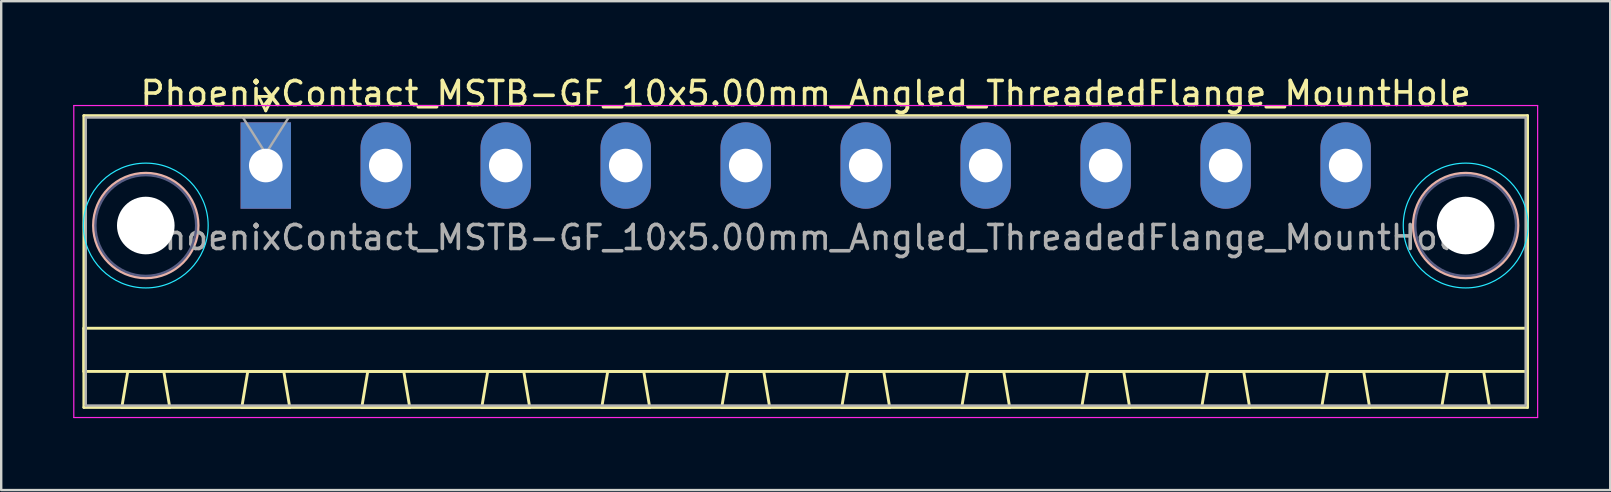
<source format=kicad_pcb>
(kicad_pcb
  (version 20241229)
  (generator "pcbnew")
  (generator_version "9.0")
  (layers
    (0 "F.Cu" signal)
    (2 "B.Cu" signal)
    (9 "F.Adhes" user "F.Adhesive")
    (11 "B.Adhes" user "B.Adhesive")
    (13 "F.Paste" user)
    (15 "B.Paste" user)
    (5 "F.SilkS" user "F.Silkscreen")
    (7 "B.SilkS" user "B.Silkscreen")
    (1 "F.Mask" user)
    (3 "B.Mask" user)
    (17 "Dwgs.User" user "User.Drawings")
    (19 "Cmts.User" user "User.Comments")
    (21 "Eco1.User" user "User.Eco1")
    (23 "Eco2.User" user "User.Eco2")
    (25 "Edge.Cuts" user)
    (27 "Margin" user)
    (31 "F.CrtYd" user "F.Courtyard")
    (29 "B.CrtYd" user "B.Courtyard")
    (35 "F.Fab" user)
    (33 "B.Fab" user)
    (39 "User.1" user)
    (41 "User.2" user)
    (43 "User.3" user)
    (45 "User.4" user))
  (footprint "PhoenixContact_MSTB-GF_10x5.00mm_Angled_ThreadedFlange_MountHole"
    (layer "F.Cu")
    (at 8.025 3.848)
    (property "Reference" "PhoenixContact_MSTB-GF_10x5.00mm_Angled_ThreadedFlange_MountHole" (at 22.5 -3 0) (layer "F.SilkS") (effects (font (size 1 1) (thickness 0.15))))
    (attr through_hole)
    (fp_line (start -7.58 -2.08) (end -7.58 10.08) (stroke (width 0.12) (type solid)) (layer "F.SilkS"))
    (fp_line (start -7.58 6.78) (end 52.58 6.78) (stroke (width 0.12) (type solid)) (layer "F.SilkS"))
    (fp_line (start -7.58 8.58) (end -7.58 6.78) (stroke (width 0.12) (type solid)) (layer "F.SilkS"))
    (fp_line (start -7.58 10.08) (end 52.58 10.08) (stroke (width 0.12) (type solid)) (layer "F.SilkS"))
    (fp_line (start -6 10.08) (end -4 10.08) (stroke (width 0.12) (type solid)) (layer "F.SilkS"))
    (fp_line (start -5.75 8.58) (end -6 10.08) (stroke (width 0.12) (type solid)) (layer "F.SilkS"))
    (fp_line (start -4.25 8.58) (end -5.75 8.58) (stroke (width 0.12) (type solid)) (layer "F.SilkS"))
    (fp_line (start -4 10.08) (end -4.25 8.58) (stroke (width 0.12) (type solid)) (layer "F.SilkS"))
    (fp_line (start -1 10.08) (end 1 10.08) (stroke (width 0.12) (type solid)) (layer "F.SilkS"))
    (fp_line (start -0.75 8.58) (end -1 10.08) (stroke (width 0.12) (type solid)) (layer "F.SilkS"))
    (fp_line (start -0.3 -2.88) (end 0.3 -2.88) (stroke (width 0.12) (type solid)) (layer "F.SilkS"))
    (fp_line (start 0 -2.28) (end -0.3 -2.88) (stroke (width 0.12) (type solid)) (layer "F.SilkS"))
    (fp_line (start 0.3 -2.88) (end 0 -2.28) (stroke (width 0.12) (type solid)) (layer "F.SilkS"))
    (fp_line (start 0.75 8.58) (end -0.75 8.58) (stroke (width 0.12) (type solid)) (layer "F.SilkS"))
    (fp_line (start 1 10.08) (end 0.75 8.58) (stroke (width 0.12) (type solid)) (layer "F.SilkS"))
    (fp_line (start 4 10.08) (end 6 10.08) (stroke (width 0.12) (type solid)) (layer "F.SilkS"))
    (fp_line (start 4.25 8.58) (end 4 10.08) (stroke (width 0.12) (type solid)) (layer "F.SilkS"))
    (fp_line (start 5.75 8.58) (end 4.25 8.58) (stroke (width 0.12) (type solid)) (layer "F.SilkS"))
    (fp_line (start 6 10.08) (end 5.75 8.58) (stroke (width 0.12) (type solid)) (layer "F.SilkS"))
    (fp_line (start 9 10.08) (end 11 10.08) (stroke (width 0.12) (type solid)) (layer "F.SilkS"))
    (fp_line (start 9.25 8.58) (end 9 10.08) (stroke (width 0.12) (type solid)) (layer "F.SilkS"))
    (fp_line (start 10.75 8.58) (end 9.25 8.58) (stroke (width 0.12) (type solid)) (layer "F.SilkS"))
    (fp_line (start 11 10.08) (end 10.75 8.58) (stroke (width 0.12) (type solid)) (layer "F.SilkS"))
    (fp_line (start 14 10.08) (end 16 10.08) (stroke (width 0.12) (type solid)) (layer "F.SilkS"))
    (fp_line (start 14.25 8.58) (end 14 10.08) (stroke (width 0.12) (type solid)) (layer "F.SilkS"))
    (fp_line (start 15.75 8.58) (end 14.25 8.58) (stroke (width 0.12) (type solid)) (layer "F.SilkS"))
    (fp_line (start 16 10.08) (end 15.75 8.58) (stroke (width 0.12) (type solid)) (layer "F.SilkS"))
    (fp_line (start 19 10.08) (end 21 10.08) (stroke (width 0.12) (type solid)) (layer "F.SilkS"))
    (fp_line (start 19.25 8.58) (end 19 10.08) (stroke (width 0.12) (type solid)) (layer "F.SilkS"))
    (fp_line (start 20.75 8.58) (end 19.25 8.58) (stroke (width 0.12) (type solid)) (layer "F.SilkS"))
    (fp_line (start 21 10.08) (end 20.75 8.58) (stroke (width 0.12) (type solid)) (layer "F.SilkS"))
    (fp_line (start 24 10.08) (end 26 10.08) (stroke (width 0.12) (type solid)) (layer "F.SilkS"))
    (fp_line (start 24.25 8.58) (end 24 10.08) (stroke (width 0.12) (type solid)) (layer "F.SilkS"))
    (fp_line (start 25.75 8.58) (end 24.25 8.58) (stroke (width 0.12) (type solid)) (layer "F.SilkS"))
    (fp_line (start 26 10.08) (end 25.75 8.58) (stroke (width 0.12) (type solid)) (layer "F.SilkS"))
    (fp_line (start 29 10.08) (end 31 10.08) (stroke (width 0.12) (type solid)) (layer "F.SilkS"))
    (fp_line (start 29.25 8.58) (end 29 10.08) (stroke (width 0.12) (type solid)) (layer "F.SilkS"))
    (fp_line (start 30.75 8.58) (end 29.25 8.58) (stroke (width 0.12) (type solid)) (layer "F.SilkS"))
    (fp_line (start 31 10.08) (end 30.75 8.58) (stroke (width 0.12) (type solid)) (layer "F.SilkS"))
    (fp_line (start 34 10.08) (end 36 10.08) (stroke (width 0.12) (type solid)) (layer "F.SilkS"))
    (fp_line (start 34.25 8.58) (end 34 10.08) (stroke (width 0.12) (type solid)) (layer "F.SilkS"))
    (fp_line (start 35.75 8.58) (end 34.25 8.58) (stroke (width 0.12) (type solid)) (layer "F.SilkS"))
    (fp_line (start 36 10.08) (end 35.75 8.58) (stroke (width 0.12) (type solid)) (layer "F.SilkS"))
    (fp_line (start 39 10.08) (end 41 10.08) (stroke (width 0.12) (type solid)) (layer "F.SilkS"))
    (fp_line (start 39.25 8.58) (end 39 10.08) (stroke (width 0.12) (type solid)) (layer "F.SilkS"))
    (fp_line (start 40.75 8.58) (end 39.25 8.58) (stroke (width 0.12) (type solid)) (layer "F.SilkS"))
    (fp_line (start 41 10.08) (end 40.75 8.58) (stroke (width 0.12) (type solid)) (layer "F.SilkS"))
    (fp_line (start 44 10.08) (end 46 10.08) (stroke (width 0.12) (type solid)) (layer "F.SilkS"))
    (fp_line (start 44.25 8.58) (end 44 10.08) (stroke (width 0.12) (type solid)) (layer "F.SilkS"))
    (fp_line (start 45.75 8.58) (end 44.25 8.58) (stroke (width 0.12) (type solid)) (layer "F.SilkS"))
    (fp_line (start 46 10.08) (end 45.75 8.58) (stroke (width 0.12) (type solid)) (layer "F.SilkS"))
    (fp_line (start 49 10.08) (end 51 10.08) (stroke (width 0.12) (type solid)) (layer "F.SilkS"))
    (fp_line (start 49.25 8.58) (end 49 10.08) (stroke (width 0.12) (type solid)) (layer "F.SilkS"))
    (fp_line (start 50.75 8.58) (end 49.25 8.58) (stroke (width 0.12) (type solid)) (layer "F.SilkS"))
    (fp_line (start 51 10.08) (end 50.75 8.58) (stroke (width 0.12) (type solid)) (layer "F.SilkS"))
    (fp_line (start 52.58 -2.08) (end -7.58 -2.08) (stroke (width 0.12) (type solid)) (layer "F.SilkS"))
    (fp_line (start 52.58 6.78) (end 52.58 8.58) (stroke (width 0.12) (type solid)) (layer "F.SilkS"))
    (fp_line (start 52.58 8.58) (end -7.58 8.58) (stroke (width 0.12) (type solid)) (layer "F.SilkS"))
    (fp_line (start 52.58 10.08) (end 52.58 -2.08) (stroke (width 0.12) (type solid)) (layer "F.SilkS"))
    (fp_circle (center -5 2.5) (end -2.82 2.5) (stroke (width 0.12) (type solid)) (fill no) (layer "B.SilkS"))
    (fp_circle (center 50 2.5) (end 52.18 2.5) (stroke (width 0.12) (type solid)) (fill no) (layer "B.SilkS"))
    (fp_circle (center -5 2.5) (end -2.4 2.5) (stroke (width 0.05) (type solid)) (fill no) (layer "B.CrtYd"))
    (fp_circle (center 50 2.5) (end 52.6 2.5) (stroke (width 0.05) (type solid)) (fill no) (layer "B.CrtYd"))
    (fp_line (start -8 -2.5) (end -8 10.5) (stroke (width 0.05) (type solid)) (layer "F.CrtYd"))
    (fp_line (start -8 10.5) (end 53 10.5) (stroke (width 0.05) (type solid)) (layer "F.CrtYd"))
    (fp_line (start 53 -2.5) (end -8 -2.5) (stroke (width 0.05) (type solid)) (layer "F.CrtYd"))
    (fp_line (start 53 10.5) (end 53 -2.5) (stroke (width 0.05) (type solid)) (layer "F.CrtYd"))
    (fp_circle (center -5 2.5) (end -2.9 2.5) (stroke (width 0.1) (type solid)) (fill no) (layer "B.Fab"))
    (fp_circle (center 50 2.5) (end 52.1 2.5) (stroke (width 0.1) (type solid)) (fill no) (layer "B.Fab"))
    (fp_line (start -7.5 -2) (end -7.5 10) (stroke (width 0.1) (type solid)) (layer "F.Fab"))
    (fp_line (start -7.5 10) (end 52.5 10) (stroke (width 0.1) (type solid)) (layer "F.Fab"))
    (fp_line (start 0 -0.5) (end -0.95 -2) (stroke (width 0.1) (type solid)) (layer "F.Fab"))
    (fp_line (start 0.95 -2) (end 0 -0.5) (stroke (width 0.1) (type solid)) (layer "F.Fab"))
    (fp_line (start 52.5 -2) (end -7.5 -2) (stroke (width 0.1) (type solid)) (layer "F.Fab"))
    (fp_line (start 52.5 10) (end 52.5 -2) (stroke (width 0.1) (type solid)) (layer "F.Fab"))
    (fp_text user "${REFERENCE}" (at 22.5 3 0) (layer "F.Fab") (effects (font (size 1 1) (thickness 0.15))))
    (pad "" np_thru_hole circle (at -5 2.5) (size 2.4 2.4) (drill 2.4) (layers "*.Cu" "*.Mask"))
    (pad "" np_thru_hole circle (at 50 2.5) (size 2.4 2.4) (drill 2.4) (layers "*.Cu" "*.Mask"))
    (pad "1" thru_hole rect (at 0 0) (size 2.1 3.6) (drill 1.4) (layers "*.Cu" "*.Mask"))
    (pad "2" thru_hole oval (at 5 0) (size 2.1 3.6) (drill 1.4) (layers "*.Cu" "*.Mask"))
    (pad "3" thru_hole oval (at 10 0) (size 2.1 3.6) (drill 1.4) (layers "*.Cu" "*.Mask"))
    (pad "4" thru_hole oval (at 15 0) (size 2.1 3.6) (drill 1.4) (layers "*.Cu" "*.Mask"))
    (pad "5" thru_hole oval (at 20 0) (size 2.1 3.6) (drill 1.4) (layers "*.Cu" "*.Mask"))
    (pad "6" thru_hole oval (at 25 0) (size 2.1 3.6) (drill 1.4) (layers "*.Cu" "*.Mask"))
    (pad "7" thru_hole oval (at 30 0) (size 2.1 3.6) (drill 1.4) (layers "*.Cu" "*.Mask"))
    (pad "8" thru_hole oval (at 35 0) (size 2.1 3.6) (drill 1.4) (layers "*.Cu" "*.Mask"))
    (pad "9" thru_hole oval (at 40 0) (size 2.1 3.6) (drill 1.4) (layers "*.Cu" "*.Mask"))
    (pad "10" thru_hole oval (at 45 0) (size 2.1 3.6) (drill 1.4) (layers "*.Cu" "*.Mask")))
  (gr_rect
    (start -3 -3)
    (end 64.05 17.373)
    (stroke (width 0.1) (type default))
    (fill no)
    (layer "Edge.Cuts")))
</source>
